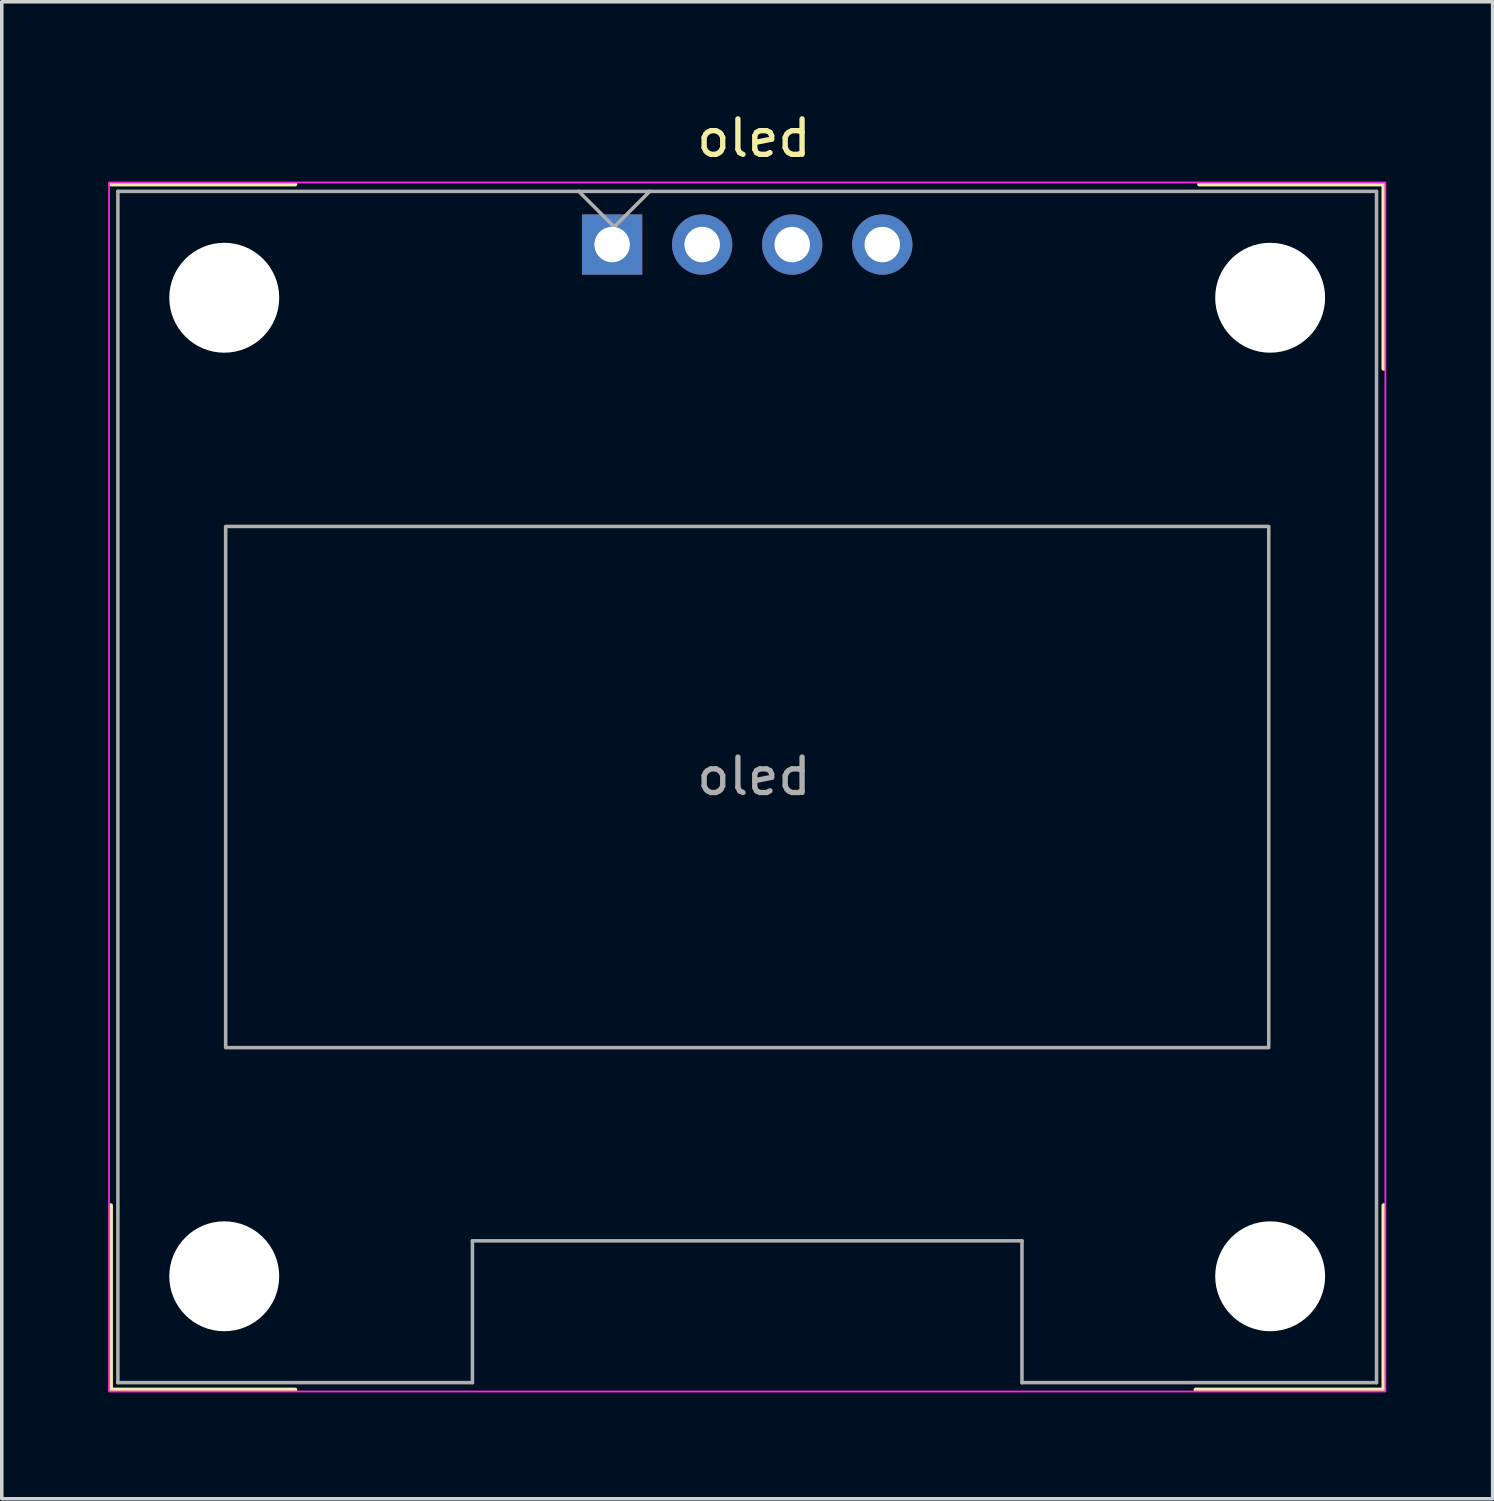
<source format=kicad_pcb>
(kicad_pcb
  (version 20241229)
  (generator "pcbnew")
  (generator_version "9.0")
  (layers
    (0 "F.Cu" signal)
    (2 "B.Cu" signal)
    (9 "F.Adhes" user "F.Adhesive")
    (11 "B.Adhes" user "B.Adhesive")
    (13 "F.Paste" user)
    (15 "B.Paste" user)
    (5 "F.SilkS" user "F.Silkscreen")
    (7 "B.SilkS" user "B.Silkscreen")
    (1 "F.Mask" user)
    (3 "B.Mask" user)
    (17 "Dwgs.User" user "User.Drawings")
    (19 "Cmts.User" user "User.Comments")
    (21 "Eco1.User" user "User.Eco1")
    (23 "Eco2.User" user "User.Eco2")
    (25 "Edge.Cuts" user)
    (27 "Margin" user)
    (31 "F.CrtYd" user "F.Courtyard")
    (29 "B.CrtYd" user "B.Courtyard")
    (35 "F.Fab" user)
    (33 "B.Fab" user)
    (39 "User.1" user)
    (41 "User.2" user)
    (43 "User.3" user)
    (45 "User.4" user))
  (footprint "oled"
    (layer "F.Cu")
    (at 14.215 3.848)
    (property "Reference" "oled" (at 4 -3 0) (layer "F.SilkS") (effects (font (size 1 1) (thickness 0.15))))
    (attr through_hole)
    (fp_line (start -14.14 27.1) (end -14.14 32.3) (stroke (width 0.12) (type solid)) (layer "F.SilkS"))
    (fp_line (start -14.14 32.3) (end -8.94 32.3) (stroke (width 0.12) (type solid)) (layer "F.SilkS"))
    (fp_line (start -8.94 -1.7) (end -14.14 -1.7) (stroke (width 0.12) (type solid)) (layer "F.SilkS"))
    (fp_line (start 16.56 -1.7) (end 21.76 -1.7) (stroke (width 0.12) (type solid)) (layer "F.SilkS"))
    (fp_line (start 21.76 -1.7) (end 21.76 3.5) (stroke (width 0.12) (type solid)) (layer "F.SilkS"))
    (fp_line (start 21.76 27.1) (end 21.76 32.3) (stroke (width 0.12) (type solid)) (layer "F.SilkS"))
    (fp_line (start 21.76 32.3) (end 16.46 32.3) (stroke (width 0.12) (type solid)) (layer "F.SilkS"))
    (fp_rect (start -14.19 32.35) (end 21.81 -1.75) (stroke (width 0.05) (type solid)) (fill no) (layer "F.CrtYd"))
    (fp_line (start -13.94 -1.5) (end 21.56 -1.5) (stroke (width 0.1) (type solid)) (layer "F.Fab"))
    (fp_line (start -13.94 32.1) (end -13.94 -1.5) (stroke (width 0.1) (type solid)) (layer "F.Fab"))
    (fp_line (start -3.94 28.1) (end -3.94 32.1) (stroke (width 0.1) (type solid)) (layer "F.Fab"))
    (fp_line (start -3.94 32.1) (end -13.94 32.1) (stroke (width 0.1) (type solid)) (layer "F.Fab"))
    (fp_line (start -0.94 -1.5) (end 0.06 -0.5) (stroke (width 0.1) (type solid)) (layer "F.Fab"))
    (fp_line (start 0.06 -0.5) (end 1.06 -1.5) (stroke (width 0.1) (type solid)) (layer "F.Fab"))
    (fp_line (start 11.56 28.1) (end -3.94 28.1) (stroke (width 0.1) (type solid)) (layer "F.Fab"))
    (fp_line (start 11.56 32.1) (end 11.56 28.1) (stroke (width 0.1) (type solid)) (layer "F.Fab"))
    (fp_line (start 21.56 -1.5) (end 21.56 32.1) (stroke (width 0.1) (type solid)) (layer "F.Fab"))
    (fp_line (start 21.56 32.1) (end 11.56 32.1) (stroke (width 0.1) (type solid)) (layer "F.Fab"))
    (fp_rect (start -10.9 22.65) (end 18.52 7.95) (stroke (width 0.1) (type solid)) (fill no) (layer "F.Fab"))
    (fp_text user "${REFERENCE}" (at 4 15 0) (layer "F.Fab") (effects (font (size 1 1) (thickness 0.15))))
    (pad "" np_thru_hole circle (at -10.94 1.5) (size 3.1 3.1) (drill 3.1) (layers "*.Cu" "*.Mask"))
    (pad "" np_thru_hole circle (at -10.94 29.1) (size 3.1 3.1) (drill 3.1) (layers "*.Cu" "*.Mask"))
    (pad "" np_thru_hole circle (at 18.56 1.5) (size 3.1 3.1) (drill 3.1) (layers "*.Cu" "*.Mask"))
    (pad "" np_thru_hole circle (at 18.56 29.1) (size 3.1 3.1) (drill 3.1) (layers "*.Cu" "*.Mask"))
    (pad "1" thru_hole rect (at 0 0) (size 1.7 1.7) (drill 1) (layers "*.Cu" "*.Mask"))
    (pad "2" thru_hole circle (at 2.54 0) (size 1.7 1.7) (drill 1) (layers "*.Cu" "*.Mask"))
    (pad "3" thru_hole circle (at 5.08 0) (size 1.7 1.7) (drill 1) (layers "*.Cu" "*.Mask"))
    (pad "4" thru_hole circle (at 7.62 0) (size 1.7 1.7) (drill 1) (layers "*.Cu" "*.Mask")))
  (gr_rect
    (start -3 -3)
    (end 39.05 39.223)
    (stroke (width 0.1) (type default))
    (fill no)
    (layer "Edge.Cuts")))
</source>
